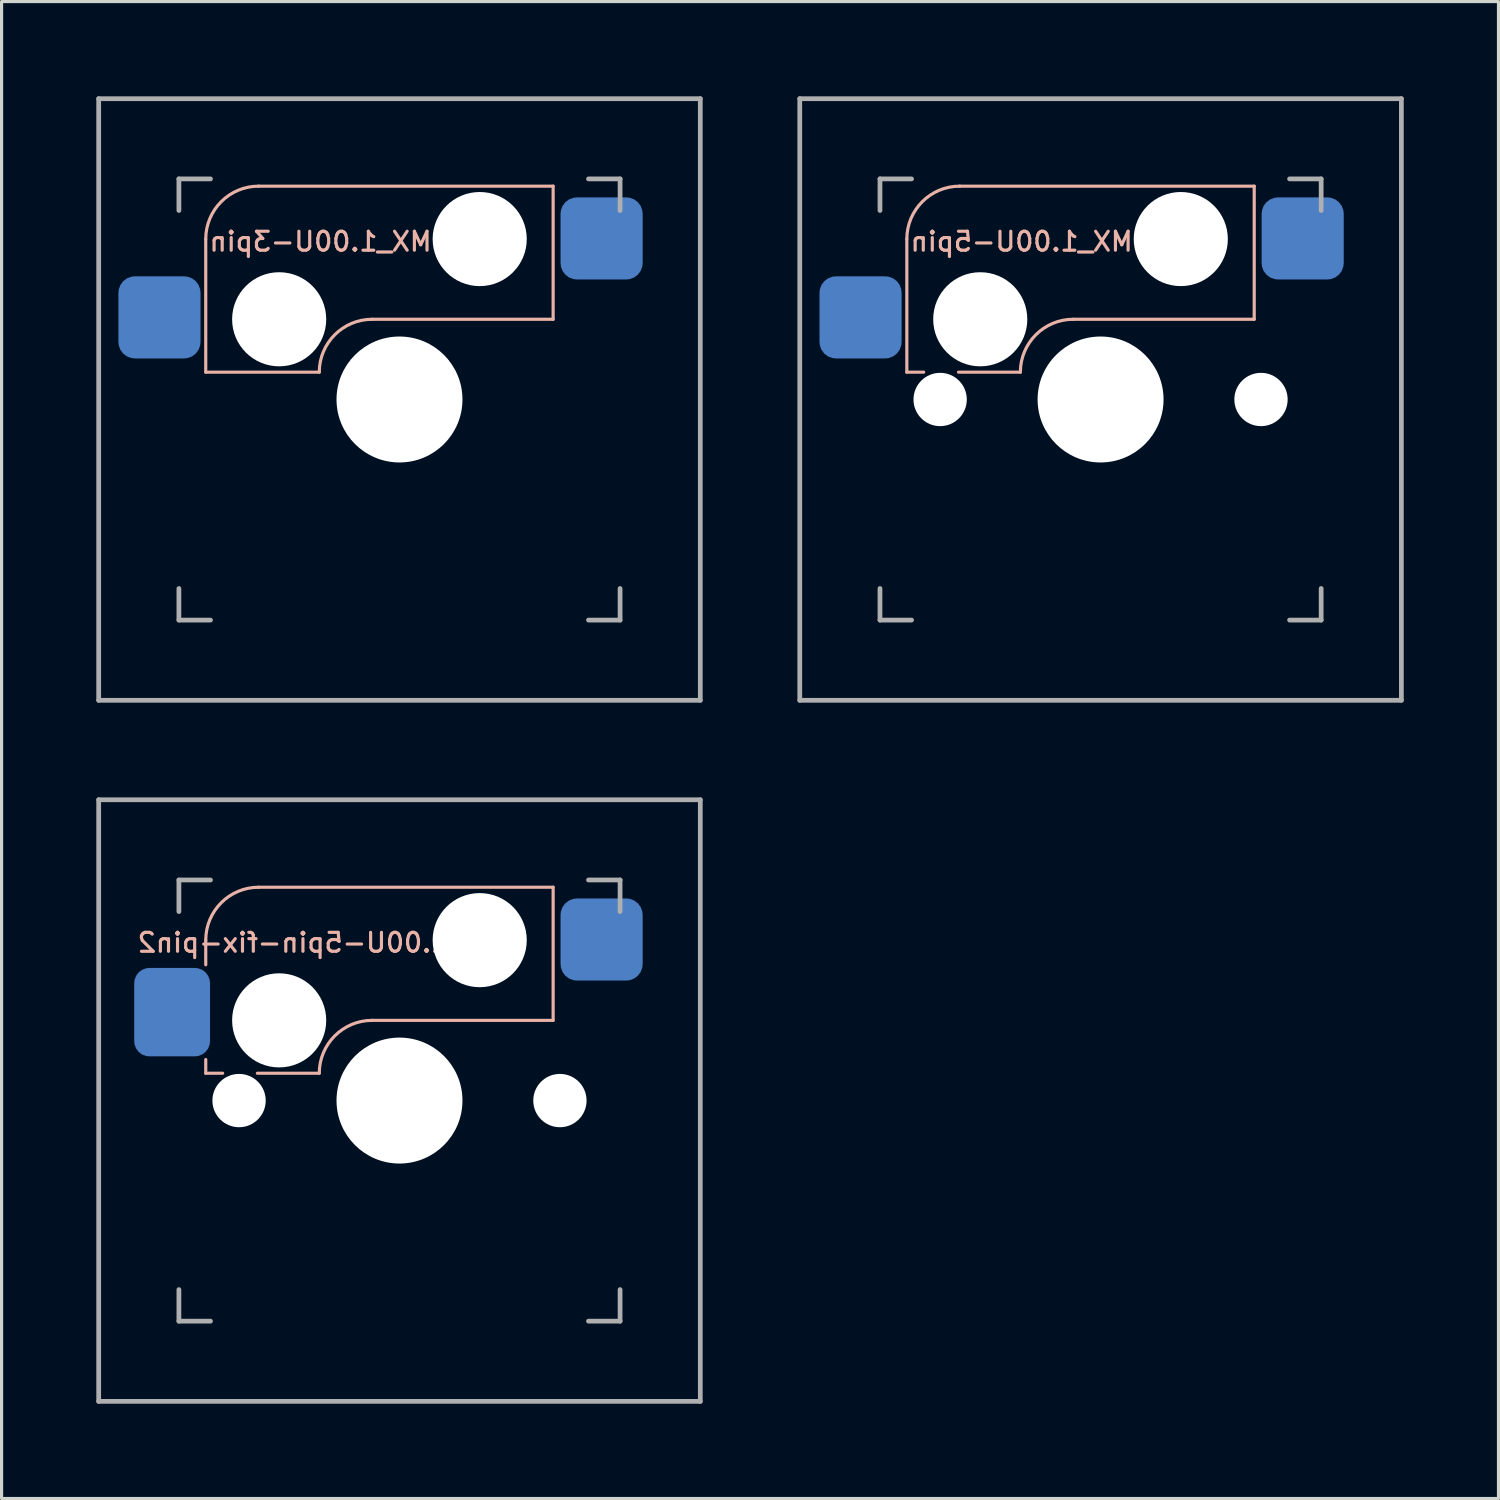
<source format=kicad_pcb>
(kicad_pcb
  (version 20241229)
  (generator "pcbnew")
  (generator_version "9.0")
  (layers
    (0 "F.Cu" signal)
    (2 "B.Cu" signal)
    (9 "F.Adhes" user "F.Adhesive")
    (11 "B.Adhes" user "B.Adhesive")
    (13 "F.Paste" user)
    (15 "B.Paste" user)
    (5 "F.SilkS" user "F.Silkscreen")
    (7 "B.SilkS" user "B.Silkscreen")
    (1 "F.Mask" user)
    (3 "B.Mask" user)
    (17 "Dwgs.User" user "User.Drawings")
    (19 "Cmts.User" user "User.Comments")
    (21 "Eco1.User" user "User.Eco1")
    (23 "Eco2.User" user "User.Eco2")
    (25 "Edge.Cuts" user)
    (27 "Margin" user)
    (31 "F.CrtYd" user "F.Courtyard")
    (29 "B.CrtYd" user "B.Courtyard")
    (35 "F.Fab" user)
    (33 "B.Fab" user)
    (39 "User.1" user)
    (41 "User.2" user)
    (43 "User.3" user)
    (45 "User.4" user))
  (footprint "MX_1.00U-5pin"
    (layer "F.Cu")
    (at 31.8 9.6)
    (property "Reference" "MX_1.00U-5pin" (at -2.5 -5 0) (layer "B.SilkS") (effects (font (size 0.6 0.6) (thickness 0.1)) (justify mirror)))
    (attr smd)
    (fp_line (start -6.135 -5.08) (end -6.135 -0.865) (stroke (width 0.1) (type solid)) (layer "B.SilkS"))
    (fp_line (start -6.135 -0.865) (end -5.6 -0.865) (stroke (width 0.1) (type solid)) (layer "B.SilkS"))
    (fp_line (start -4.5 -0.865) (end -2.54 -0.865) (stroke (width 0.1) (type solid)) (layer "B.SilkS"))
    (fp_line (start -4.46 -6.755) (end 4.865 -6.755) (stroke (width 0.1) (type solid)) (layer "B.SilkS"))
    (fp_line (start -0.865 -2.54) (end 4.865 -2.54) (stroke (width 0.1) (type solid)) (layer "B.SilkS"))
    (fp_line (start 4.865 -6.755) (end 4.865 -2.54) (stroke (width 0.1) (type solid)) (layer "B.SilkS"))
    (fp_arc (start -6.135 -5.08) (mid -5.644404 -6.264404) (end -4.46 -6.755) (stroke (width 0.1) (type solid)) (layer "B.SilkS"))
    (fp_arc (start -2.54 -0.865) (mid -2.049404 -2.049404) (end -0.865 -2.54) (stroke (width 0.1) (type solid)) (layer "B.SilkS"))
    (fp_line (start -6.985 6.985) (end -6.985 -6.985) (stroke (width 0.15) (type solid)) (layer "Eco2.User"))
    (fp_line (start -6.985 6.985) (end 6.985 6.985) (stroke (width 0.15) (type solid)) (layer "Eco2.User"))
    (fp_line (start 6.985 -6.985) (end -6.985 -6.985) (stroke (width 0.15) (type solid)) (layer "Eco2.User"))
    (fp_line (start 6.985 -6.985) (end 6.985 6.985) (stroke (width 0.15) (type solid)) (layer "Eco2.User"))
    (fp_line (start -9.525 -9.525) (end 9.525 -9.525) (stroke (width 0.15) (type solid)) (layer "F.Fab"))
    (fp_line (start -9.525 9.525) (end -9.525 -9.525) (stroke (width 0.15) (type solid)) (layer "F.Fab"))
    (fp_line (start -6.985 -5.985) (end -6.985 -6.985) (stroke (width 0.15) (type solid)) (layer "F.Fab"))
    (fp_line (start -6.985 6.985) (end -6.985 5.985) (stroke (width 0.15) (type solid)) (layer "F.Fab"))
    (fp_line (start -6.985 6.985) (end -5.985 6.985) (stroke (width 0.15) (type solid)) (layer "F.Fab"))
    (fp_line (start -5.985 -6.985) (end -6.985 -6.985) (stroke (width 0.15) (type solid)) (layer "F.Fab"))
    (fp_line (start 5.985 6.985) (end 6.985 6.985) (stroke (width 0.15) (type solid)) (layer "F.Fab"))
    (fp_line (start 6.985 -6.985) (end 5.985 -6.985) (stroke (width 0.15) (type solid)) (layer "F.Fab"))
    (fp_line (start 6.985 -6.985) (end 6.985 -5.985) (stroke (width 0.15) (type solid)) (layer "F.Fab"))
    (fp_line (start 6.985 5.985) (end 6.985 6.985) (stroke (width 0.15) (type solid)) (layer "F.Fab"))
    (fp_line (start 9.525 -9.525) (end 9.525 9.525) (stroke (width 0.15) (type solid)) (layer "F.Fab"))
    (fp_line (start 9.525 9.525) (end -9.525 9.525) (stroke (width 0.15) (type solid)) (layer "F.Fab"))
    (pad "" np_thru_hole circle (at -5.08 0) (size 1.688 1.688) (drill 1.688) (layers "*.Cu" "*.Mask"))
    (pad "" np_thru_hole circle (at -3.81 -2.54) (size 2.98 2.98) (drill 2.98) (layers "*.Cu" "*.Mask"))
    (pad "" np_thru_hole circle (at 0 0) (size 3.988 3.988) (drill 3.988) (layers "*.Cu" "*.Mask"))
    (pad "" np_thru_hole circle (at 2.54 -5.08) (size 2.98 2.98) (drill 2.98) (layers "*.Cu" "*.Mask"))
    (pad "" np_thru_hole circle (at 5.08 0) (size 1.688 1.688) (drill 1.688) (layers "*.Cu" "*.Mask"))
    (pad "1" smd roundrect (at 6.4 -5.1) (size 2.6 2.6) (layers "B.Cu" "B.Mask" "B.Paste") (roundrect_rratio 0.2))
    (pad "2" smd roundrect (at -7.6 -2.6) (size 2.6 2.6) (layers "B.Cu" "B.Mask" "B.Paste") (roundrect_rratio 0.2)))
  (footprint "MX_1.00U-5pin-fix-pin2"
    (layer "F.Cu")
    (at 9.6 31.8)
    (property "Reference" "MX_1.00U-5pin-fix-pin2" (at -2.5 -5 0) (layer "B.SilkS") (effects (font (size 0.6 0.6) (thickness 0.1)) (justify mirror)))
    (attr smd)
    (fp_line (start -6.135 -5.08) (end -6.135 -4.3) (stroke (width 0.1) (type solid)) (layer "B.SilkS"))
    (fp_line (start -6.135 -1.3) (end -6.135 -0.865) (stroke (width 0.1) (type solid)) (layer "B.SilkS"))
    (fp_line (start -6.135 -0.865) (end -5.6 -0.865) (stroke (width 0.1) (type solid)) (layer "B.SilkS"))
    (fp_line (start -4.5 -0.865) (end -2.54 -0.865) (stroke (width 0.1) (type solid)) (layer "B.SilkS"))
    (fp_line (start -4.46 -6.755) (end 4.865 -6.755) (stroke (width 0.1) (type solid)) (layer "B.SilkS"))
    (fp_line (start -0.865 -2.54) (end 4.865 -2.54) (stroke (width 0.1) (type solid)) (layer "B.SilkS"))
    (fp_line (start 4.865 -6.755) (end 4.865 -2.54) (stroke (width 0.1) (type solid)) (layer "B.SilkS"))
    (fp_arc (start -6.135 -5.08) (mid -5.644404 -6.264404) (end -4.46 -6.755) (stroke (width 0.1) (type solid)) (layer "B.SilkS"))
    (fp_arc (start -2.54 -0.865) (mid -2.049404 -2.049404) (end -0.865 -2.54) (stroke (width 0.1) (type solid)) (layer "B.SilkS"))
    (fp_line (start -6.985 6.985) (end -6.985 -6.985) (stroke (width 0.15) (type solid)) (layer "Eco2.User"))
    (fp_line (start -6.985 6.985) (end 6.985 6.985) (stroke (width 0.15) (type solid)) (layer "Eco2.User"))
    (fp_line (start 6.985 -6.985) (end -6.985 -6.985) (stroke (width 0.15) (type solid)) (layer "Eco2.User"))
    (fp_line (start 6.985 -6.985) (end 6.985 6.985) (stroke (width 0.15) (type solid)) (layer "Eco2.User"))
    (fp_line (start -9.525 -9.525) (end 9.525 -9.525) (stroke (width 0.15) (type solid)) (layer "F.Fab"))
    (fp_line (start -9.525 9.525) (end -9.525 -9.525) (stroke (width 0.15) (type solid)) (layer "F.Fab"))
    (fp_line (start -6.985 -5.985) (end -6.985 -6.985) (stroke (width 0.15) (type solid)) (layer "F.Fab"))
    (fp_line (start -6.985 6.985) (end -6.985 5.985) (stroke (width 0.15) (type solid)) (layer "F.Fab"))
    (fp_line (start -6.985 6.985) (end -5.985 6.985) (stroke (width 0.15) (type solid)) (layer "F.Fab"))
    (fp_line (start -5.985 -6.985) (end -6.985 -6.985) (stroke (width 0.15) (type solid)) (layer "F.Fab"))
    (fp_line (start 5.985 6.985) (end 6.985 6.985) (stroke (width 0.15) (type solid)) (layer "F.Fab"))
    (fp_line (start 6.985 -6.985) (end 5.985 -6.985) (stroke (width 0.15) (type solid)) (layer "F.Fab"))
    (fp_line (start 6.985 -6.985) (end 6.985 -5.985) (stroke (width 0.15) (type solid)) (layer "F.Fab"))
    (fp_line (start 6.985 5.985) (end 6.985 6.985) (stroke (width 0.15) (type solid)) (layer "F.Fab"))
    (fp_line (start 9.525 -9.525) (end 9.525 9.525) (stroke (width 0.15) (type solid)) (layer "F.Fab"))
    (fp_line (start 9.525 9.525) (end -9.525 9.525) (stroke (width 0.15) (type solid)) (layer "F.Fab"))
    (pad "" np_thru_hole circle (at -5.08 0) (size 1.688 1.688) (drill 1.688) (layers "*.Cu" "*.Mask"))
    (pad "" np_thru_hole circle (at -3.81 -2.54) (size 2.98 2.98) (drill 2.98) (layers "*.Cu" "*.Mask"))
    (pad "" np_thru_hole circle (at 0 0) (size 3.988 3.988) (drill 3.988) (layers "*.Cu" "*.Mask"))
    (pad "" np_thru_hole circle (at 2.54 -5.08) (size 2.98 2.98) (drill 2.98) (layers "*.Cu" "*.Mask"))
    (pad "" np_thru_hole circle (at 5.08 0) (size 1.688 1.688) (drill 1.688) (layers "*.Cu" "*.Mask"))
    (pad "1" smd roundrect (at 6.4 -5.1) (size 2.6 2.6) (layers "B.Cu" "B.Mask" "B.Paste") (roundrect_rratio 0.2))
    (pad "2" smd roundrect (at -7.2 -2.8) (size 2.4 2.8) (layers "B.Cu" "B.Mask" "B.Paste") (roundrect_rratio 0.2)))
  (footprint "MX_1.00U-3pin"
    (layer "F.Cu")
    (at 9.6 9.6)
    (property "Reference" "MX_1.00U-3pin" (at -2.5 -5 0) (layer "B.SilkS") (effects (font (size 0.6 0.6) (thickness 0.1)) (justify mirror)))
    (attr smd)
    (fp_line (start -6.135 -5.08) (end -6.135 -0.865) (stroke (width 0.1) (type solid)) (layer "B.SilkS"))
    (fp_line (start -6.135 -0.865) (end -2.54 -0.865) (stroke (width 0.1) (type solid)) (layer "B.SilkS"))
    (fp_line (start -4.46 -6.755) (end 4.865 -6.755) (stroke (width 0.1) (type solid)) (layer "B.SilkS"))
    (fp_line (start -0.865 -2.54) (end 4.865 -2.54) (stroke (width 0.1) (type solid)) (layer "B.SilkS"))
    (fp_line (start 4.865 -6.755) (end 4.865 -2.54) (stroke (width 0.1) (type solid)) (layer "B.SilkS"))
    (fp_arc (start -6.135 -5.08) (mid -5.644404 -6.264404) (end -4.46 -6.755) (stroke (width 0.1) (type solid)) (layer "B.SilkS"))
    (fp_arc (start -2.54 -0.865) (mid -2.049404 -2.049404) (end -0.865 -2.54) (stroke (width 0.1) (type solid)) (layer "B.SilkS"))
    (fp_line (start -6.985 6.985) (end -6.985 -6.985) (stroke (width 0.15) (type solid)) (layer "Eco2.User"))
    (fp_line (start -6.985 6.985) (end 6.985 6.985) (stroke (width 0.15) (type solid)) (layer "Eco2.User"))
    (fp_line (start 6.985 -6.985) (end -6.985 -6.985) (stroke (width 0.15) (type solid)) (layer "Eco2.User"))
    (fp_line (start 6.985 -6.985) (end 6.985 6.985) (stroke (width 0.15) (type solid)) (layer "Eco2.User"))
    (fp_line (start -9.525 -9.525) (end 9.525 -9.525) (stroke (width 0.15) (type solid)) (layer "F.Fab"))
    (fp_line (start -9.525 9.525) (end -9.525 -9.525) (stroke (width 0.15) (type solid)) (layer "F.Fab"))
    (fp_line (start -6.985 -5.985) (end -6.985 -6.985) (stroke (width 0.15) (type solid)) (layer "F.Fab"))
    (fp_line (start -6.985 6.985) (end -6.985 5.985) (stroke (width 0.15) (type solid)) (layer "F.Fab"))
    (fp_line (start -6.985 6.985) (end -5.985 6.985) (stroke (width 0.15) (type solid)) (layer "F.Fab"))
    (fp_line (start -5.985 -6.985) (end -6.985 -6.985) (stroke (width 0.15) (type solid)) (layer "F.Fab"))
    (fp_line (start 5.985 6.985) (end 6.985 6.985) (stroke (width 0.15) (type solid)) (layer "F.Fab"))
    (fp_line (start 6.985 -6.985) (end 5.985 -6.985) (stroke (width 0.15) (type solid)) (layer "F.Fab"))
    (fp_line (start 6.985 -6.985) (end 6.985 -5.985) (stroke (width 0.15) (type solid)) (layer "F.Fab"))
    (fp_line (start 6.985 5.985) (end 6.985 6.985) (stroke (width 0.15) (type solid)) (layer "F.Fab"))
    (fp_line (start 9.525 -9.525) (end 9.525 9.525) (stroke (width 0.15) (type solid)) (layer "F.Fab"))
    (fp_line (start 9.525 9.525) (end -9.525 9.525) (stroke (width 0.15) (type solid)) (layer "F.Fab"))
    (pad "" np_thru_hole circle (at -3.81 -2.54) (size 2.98 2.98) (drill 2.98) (layers "*.Cu" "*.Mask"))
    (pad "" np_thru_hole circle (at 0 0) (size 3.988 3.988) (drill 3.988) (layers "*.Cu" "*.Mask"))
    (pad "" np_thru_hole circle (at 2.54 -5.08) (size 2.98 2.98) (drill 2.98) (layers "*.Cu" "*.Mask"))
    (pad "1" smd roundrect (at 6.4 -5.1) (size 2.6 2.6) (layers "B.Cu" "B.Mask" "B.Paste") (roundrect_rratio 0.2))
    (pad "2" smd roundrect (at -7.6 -2.6) (size 2.6 2.6) (layers "B.Cu" "B.Mask" "B.Paste") (roundrect_rratio 0.2)))
  (gr_rect
    (start -3 -3)
    (end 44.4 44.4)
    (stroke (width 0.1) (type default))
    (fill no)
    (layer "Edge.Cuts")))
</source>
